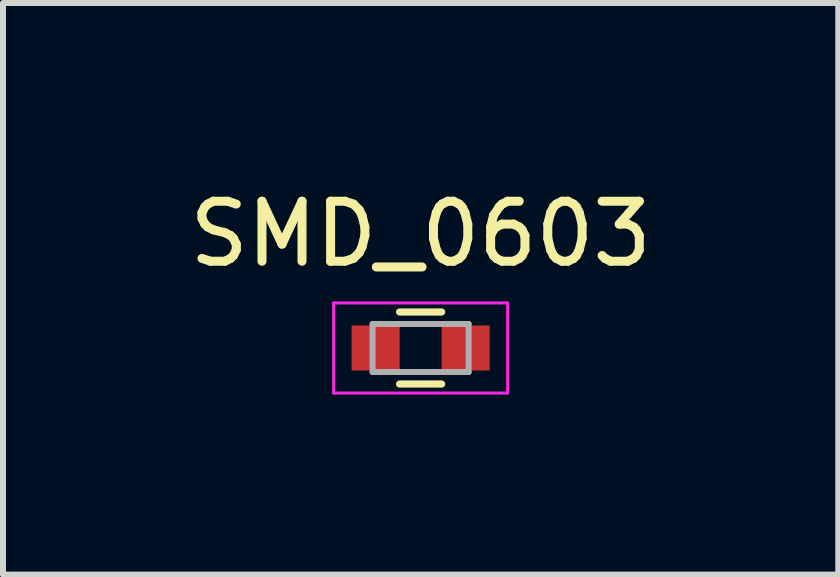
<source format=kicad_pcb>
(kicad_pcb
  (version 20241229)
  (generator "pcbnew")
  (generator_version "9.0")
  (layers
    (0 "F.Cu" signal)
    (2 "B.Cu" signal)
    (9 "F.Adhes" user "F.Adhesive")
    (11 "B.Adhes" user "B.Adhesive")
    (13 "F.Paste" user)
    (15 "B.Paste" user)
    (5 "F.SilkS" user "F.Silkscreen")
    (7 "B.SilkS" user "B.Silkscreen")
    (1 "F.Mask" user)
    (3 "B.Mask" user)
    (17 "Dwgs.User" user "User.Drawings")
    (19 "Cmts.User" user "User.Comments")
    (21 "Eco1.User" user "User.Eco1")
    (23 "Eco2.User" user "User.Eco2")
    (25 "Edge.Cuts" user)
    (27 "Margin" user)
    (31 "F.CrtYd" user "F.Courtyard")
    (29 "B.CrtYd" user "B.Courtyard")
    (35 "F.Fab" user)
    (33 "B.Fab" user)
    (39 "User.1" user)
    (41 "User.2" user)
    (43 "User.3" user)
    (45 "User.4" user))
  (footprint "SMD_0603"
    (layer "F.Cu")
    (at 3.958 2.748)
    (property "Reference" "SMD_0603" (at 0 -1.9 0) (layer "F.SilkS") (effects (font (size 1 1) (thickness 0.15))))
    (attr smd)
    (fp_line (start -0.35 -0.6) (end 0.35 -0.6) (stroke (width 0.12) (type solid)) (layer "F.SilkS"))
    (fp_line (start 0.35 0.6) (end -0.35 0.6) (stroke (width 0.12) (type solid)) (layer "F.SilkS"))
    (fp_line (start -1.45 -0.75) (end -1.45 0.75) (stroke (width 0.05) (type solid)) (layer "F.CrtYd"))
    (fp_line (start -1.45 -0.75) (end 1.45 -0.75) (stroke (width 0.05) (type solid)) (layer "F.CrtYd"))
    (fp_line (start -1.45 0.75) (end 1.45 0.75) (stroke (width 0.05) (type solid)) (layer "F.CrtYd"))
    (fp_line (start 1.45 -0.75) (end 1.45 0.75) (stroke (width 0.05) (type solid)) (layer "F.CrtYd"))
    (fp_line (start -0.8 -0.4) (end 0.8 -0.4) (stroke (width 0.1) (type solid)) (layer "F.Fab"))
    (fp_line (start -0.8 0.4) (end -0.8 -0.4) (stroke (width 0.1) (type solid)) (layer "F.Fab"))
    (fp_line (start 0.8 -0.4) (end 0.8 0.4) (stroke (width 0.1) (type solid)) (layer "F.Fab"))
    (fp_line (start 0.8 0.4) (end -0.8 0.4) (stroke (width 0.1) (type solid)) (layer "F.Fab"))
    (pad "1" smd rect (at -0.75 0) (size 0.8 0.75) (layers "F.Cu" "F.Mask" "F.Paste"))
    (pad "2" smd rect (at 0.75 0) (size 0.8 0.75) (layers "F.Cu" "F.Mask" "F.Paste")))
  (gr_rect
    (start -3 -3)
    (end 10.917 6.523)
    (stroke (width 0.1) (type default))
    (fill no)
    (layer "Edge.Cuts")))
</source>
